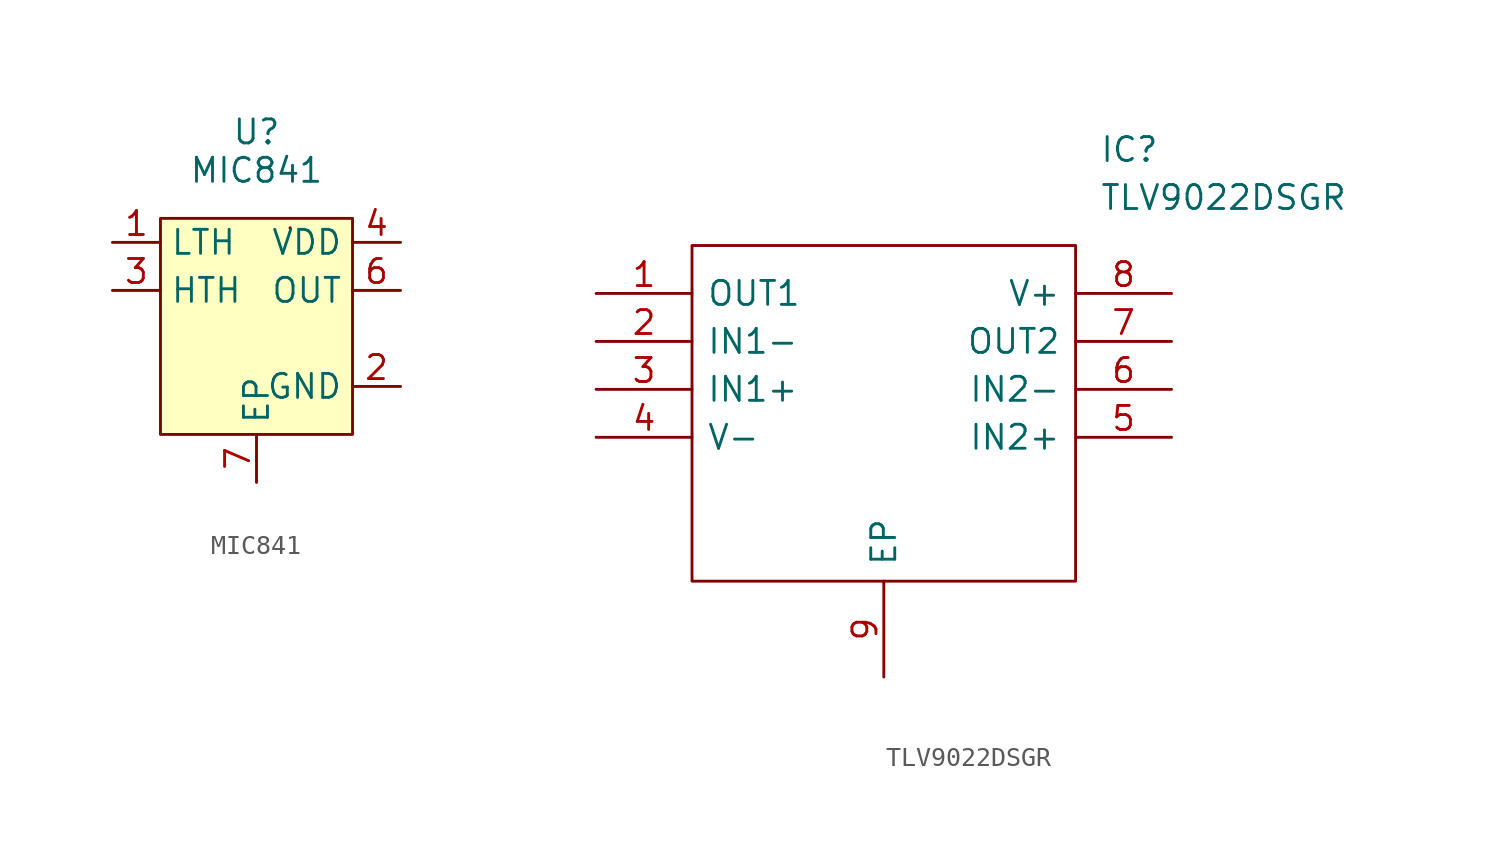
<source format=kicad_sym>
(kicad_symbol_lib
  (version 20211014)
  (generator kicad_symbol_editor)
  (symbol "MIC841"
    (property "Reference" "U"
      (at 0 4.572 0)
      (effects (font (size 1.27 1.27))))
    (property "Value" "MIC841"
      (at 0 2.54 0)
      (effects (font (size 1.27 1.27))))
    (symbol "MIC841_0_1"
      (rectangle (start -5.08 0) (end 5.08 -11.43) (stroke (width 0) (type default) (color 0 0 0 0)) (fill (type background)))
      (rectangle (start 1.778 -0.508) (end 1.778 -0.508) (stroke (width 0) (type default) (color 0 0 0 0)) (fill (type none)))
      (rectangle (start 1.778 -0.508) (end 1.778 -0.508) (stroke (width 0) (type default) (color 0 0 0 0)) (fill (type none))))
    (symbol "MIC841_1_1"
      (pin input line (at -7.62 -1.27 0) (length 2.54) (name "LTH" (effects (font (size 1.27 1.27)))) (number "1" (effects (font (size 1.27 1.27)))))
      (pin input line (at 7.62 -8.89 180) (length 2.54) (name "GND" (effects (font (size 1.27 1.27)))) (number "2" (effects (font (size 1.27 1.27)))))
      (pin input line (at -7.62 -3.81 0) (length 2.54) (name "HTH" (effects (font (size 1.27 1.27)))) (number "3" (effects (font (size 1.27 1.27)))))
      (pin input line (at 7.62 -1.27 180) (length 2.54) (name "VDD" (effects (font (size 1.27 1.27)))) (number "4" (effects (font (size 1.27 1.27)))))
      (pin no_connect line (at 7.62 -6.35 180) (length 2.54) hide (name "NC" (effects (font (size 1.27 1.27)))) (number "5" (effects (font (size 1.27 1.27)))))
      (pin output line (at 7.62 -3.81 180) (length 2.54) (name "OUT" (effects (font (size 1.27 1.27)))) (number "6" (effects (font (size 1.27 1.27)))))
      (pin passive line (at 0 -13.97 90) (length 2.54) (name "EP" (effects (font (size 1.27 1.27)))) (number "7" (effects (font (size 1.27 1.27)))))))
  (symbol "TLV9022DSGR"
    (pin_names
      (offset 0.762))
    (property "Reference" "IC"
      (at 26.67 7.62 0)
      (effects (font (size 1.27 1.27)) (justify left)))
    (property "Value" "TLV9022DSGR"
      (at 26.67 5.08 0)
      (effects (font (size 1.27 1.27)) (justify left)))
    (symbol "TLV9022DSGR_0_0"
      (pin passive line (at 0 0 0) (length 5.08) (name "OUT1" (effects (font (size 1.27 1.27)))) (number "1" (effects (font (size 1.27 1.27)))))
      (pin passive line (at 0 -2.54 0) (length 5.08) (name "IN1-" (effects (font (size 1.27 1.27)))) (number "2" (effects (font (size 1.27 1.27)))))
      (pin passive line (at 0 -5.08 0) (length 5.08) (name "IN1+" (effects (font (size 1.27 1.27)))) (number "3" (effects (font (size 1.27 1.27)))))
      (pin passive line (at 0 -7.62 0) (length 5.08) (name "V-" (effects (font (size 1.27 1.27)))) (number "4" (effects (font (size 1.27 1.27)))))
      (pin passive line (at 30.48 -7.62 180) (length 5.08) (name "IN2+" (effects (font (size 1.27 1.27)))) (number "5" (effects (font (size 1.27 1.27)))))
      (pin passive line (at 30.48 -5.08 180) (length 5.08) (name "IN2-" (effects (font (size 1.27 1.27)))) (number "6" (effects (font (size 1.27 1.27)))))
      (pin passive line (at 30.48 -2.54 180) (length 5.08) (name "OUT2" (effects (font (size 1.27 1.27)))) (number "7" (effects (font (size 1.27 1.27)))))
      (pin passive line (at 30.48 0 180) (length 5.08) (name "V+" (effects (font (size 1.27 1.27)))) (number "8" (effects (font (size 1.27 1.27)))))
      (pin passive line (at 15.24 -20.32 90) (length 5.08) (name "EP" (effects (font (size 1.27 1.27)))) (number "9" (effects (font (size 1.27 1.27))))))
    (symbol "TLV9022DSGR_0_1"
      (polyline (pts (xy 5.08 2.54) (xy 25.4 2.54) (xy 25.4 -15.24) (xy 5.08 -15.24) (xy 5.08 2.54)) (stroke (width 0.152) (type default) (color 0 0 0 0)) (fill (type none))))))
</source>
